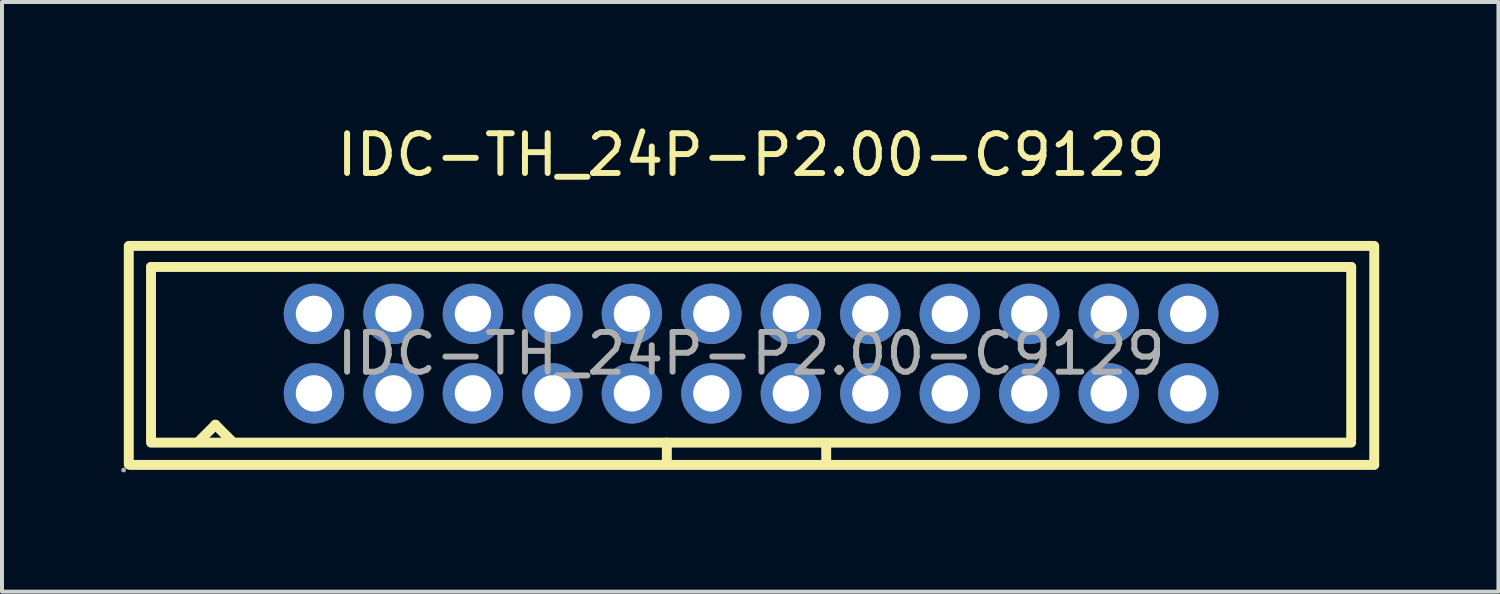
<source format=kicad_pcb>
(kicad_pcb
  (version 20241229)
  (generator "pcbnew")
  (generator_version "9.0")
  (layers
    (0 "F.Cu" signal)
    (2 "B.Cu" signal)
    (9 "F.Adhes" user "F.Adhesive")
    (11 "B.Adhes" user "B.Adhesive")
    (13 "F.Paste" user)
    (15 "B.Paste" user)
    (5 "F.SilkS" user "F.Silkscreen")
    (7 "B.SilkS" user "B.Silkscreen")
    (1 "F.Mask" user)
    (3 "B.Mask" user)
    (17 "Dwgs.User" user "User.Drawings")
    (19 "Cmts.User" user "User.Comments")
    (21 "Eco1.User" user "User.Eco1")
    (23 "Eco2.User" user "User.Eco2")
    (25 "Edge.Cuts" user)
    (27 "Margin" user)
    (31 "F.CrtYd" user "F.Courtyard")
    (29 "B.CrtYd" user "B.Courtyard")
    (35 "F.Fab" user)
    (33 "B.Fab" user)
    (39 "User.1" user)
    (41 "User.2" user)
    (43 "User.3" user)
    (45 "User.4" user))
  (footprint "IDC-TH_24P-P2.00-C9129"
    (layer "F.Cu")
    (at 15.85 5.848)
    (property "Reference" "IDC-TH_24P-P2.00-C9129" (at 0 -5 0) (layer "F.SilkS") (effects (font (size 1 1) (thickness 0.15))))
    (attr through_hole)
    (fp_line (start -15.66 -2.71) (end -15.66 2.79) (stroke (width 0.25) (type solid)) (layer "F.SilkS"))
    (fp_line (start -15.64 -2.71) (end 15.66 -2.71) (stroke (width 0.25) (type solid)) (layer "F.SilkS"))
    (fp_line (start -15.62 2.8) (end 15.68 2.8) (stroke (width 0.25) (type solid)) (layer "F.SilkS"))
    (fp_line (start -15.1 -2.18) (end -15.1 2.17) (stroke (width 0.25) (type solid)) (layer "F.SilkS"))
    (fp_line (start -15.1 -2.18) (end 15.1 -2.18) (stroke (width 0.25) (type solid)) (layer "F.SilkS"))
    (fp_line (start -15.1 2.24) (end 15.1 2.24) (stroke (width 0.25) (type solid)) (layer "F.SilkS"))
    (fp_line (start -13.88 2.19) (end -13.48 1.79) (stroke (width 0.25) (type solid)) (layer "F.SilkS"))
    (fp_line (start -13.48 1.79) (end -13.05 2.22) (stroke (width 0.25) (type solid)) (layer "F.SilkS"))
    (fp_line (start -2.12 2.24) (end -2.12 2.78) (stroke (width 0.25) (type solid)) (layer "F.SilkS"))
    (fp_line (start 1.89 2.27) (end 1.89 2.78) (stroke (width 0.25) (type solid)) (layer "F.SilkS"))
    (fp_line (start 15.1 -2.18) (end 15.1 2.14) (stroke (width 0.25) (type solid)) (layer "F.SilkS"))
    (fp_line (start 15.68 -2.71) (end 15.68 2.79) (stroke (width 0.25) (type solid)) (layer "F.SilkS"))
    (fp_circle (center -15.79 2.93) (end -15.76 2.93) (stroke (width 0.06) (type solid)) (fill no) (layer "F.Fab"))
    (fp_circle (center -11 -1) (end -10.82 -1) (stroke (width 0.36) (type solid)) (fill no) (layer "F.Fab"))
    (fp_circle (center -11 1) (end -10.82 1) (stroke (width 0.36) (type solid)) (fill no) (layer "F.Fab"))
    (fp_circle (center -9 -1) (end -8.82 -1) (stroke (width 0.36) (type solid)) (fill no) (layer "F.Fab"))
    (fp_circle (center -9 1) (end -8.82 1) (stroke (width 0.36) (type solid)) (fill no) (layer "F.Fab"))
    (fp_circle (center -7 -1) (end -6.82 -1) (stroke (width 0.36) (type solid)) (fill no) (layer "F.Fab"))
    (fp_circle (center -7 1) (end -6.82 1) (stroke (width 0.36) (type solid)) (fill no) (layer "F.Fab"))
    (fp_circle (center -5 -1) (end -4.82 -1) (stroke (width 0.36) (type solid)) (fill no) (layer "F.Fab"))
    (fp_circle (center -5 1) (end -4.82 1) (stroke (width 0.36) (type solid)) (fill no) (layer "F.Fab"))
    (fp_circle (center -3 -1) (end -2.82 -1) (stroke (width 0.36) (type solid)) (fill no) (layer "F.Fab"))
    (fp_circle (center -3 1) (end -2.82 1) (stroke (width 0.36) (type solid)) (fill no) (layer "F.Fab"))
    (fp_circle (center -1 -1) (end -0.82 -1) (stroke (width 0.36) (type solid)) (fill no) (layer "F.Fab"))
    (fp_circle (center -1 1) (end -0.82 1) (stroke (width 0.36) (type solid)) (fill no) (layer "F.Fab"))
    (fp_circle (center 1 -1) (end 1.18 -1) (stroke (width 0.36) (type solid)) (fill no) (layer "F.Fab"))
    (fp_circle (center 1 1) (end 1.18 1) (stroke (width 0.36) (type solid)) (fill no) (layer "F.Fab"))
    (fp_circle (center 3 -1) (end 3.18 -1) (stroke (width 0.36) (type solid)) (fill no) (layer "F.Fab"))
    (fp_circle (center 3 1) (end 3.18 1) (stroke (width 0.36) (type solid)) (fill no) (layer "F.Fab"))
    (fp_circle (center 5 -1) (end 5.18 -1) (stroke (width 0.36) (type solid)) (fill no) (layer "F.Fab"))
    (fp_circle (center 5 1) (end 5.18 1) (stroke (width 0.36) (type solid)) (fill no) (layer "F.Fab"))
    (fp_circle (center 7 -1) (end 7.18 -1) (stroke (width 0.36) (type solid)) (fill no) (layer "F.Fab"))
    (fp_circle (center 7 1) (end 7.18 1) (stroke (width 0.36) (type solid)) (fill no) (layer "F.Fab"))
    (fp_circle (center 9 -1) (end 9.18 -1) (stroke (width 0.36) (type solid)) (fill no) (layer "F.Fab"))
    (fp_circle (center 9 1) (end 9.18 1) (stroke (width 0.36) (type solid)) (fill no) (layer "F.Fab"))
    (fp_circle (center 11 -1) (end 11.18 -1) (stroke (width 0.36) (type solid)) (fill no) (layer "F.Fab"))
    (fp_circle (center 11 1) (end 11.18 1) (stroke (width 0.36) (type solid)) (fill no) (layer "F.Fab"))
    (fp_text user "${REFERENCE}" (at 0 0 0) (layer "F.Fab") (effects (font (size 1 1) (thickness 0.15))))
    (pad "1" thru_hole circle (at -11 1) (size 1.52 1.52) (drill 0.914) (layers "*.Cu" "*.Paste" "*.Mask"))
    (pad "2" thru_hole circle (at -11 -1) (size 1.52 1.52) (drill 0.914) (layers "*.Cu" "*.Paste" "*.Mask"))
    (pad "3" thru_hole circle (at -9 1) (size 1.52 1.52) (drill 0.914) (layers "*.Cu" "*.Paste" "*.Mask"))
    (pad "4" thru_hole circle (at -9 -1) (size 1.52 1.52) (drill 0.914) (layers "*.Cu" "*.Paste" "*.Mask"))
    (pad "5" thru_hole circle (at -7 1) (size 1.52 1.52) (drill 0.914) (layers "*.Cu" "*.Paste" "*.Mask"))
    (pad "6" thru_hole circle (at -7 -1) (size 1.52 1.52) (drill 0.914) (layers "*.Cu" "*.Paste" "*.Mask"))
    (pad "7" thru_hole circle (at -5 1) (size 1.52 1.52) (drill 0.914) (layers "*.Cu" "*.Paste" "*.Mask"))
    (pad "8" thru_hole circle (at -5 -1) (size 1.52 1.52) (drill 0.914) (layers "*.Cu" "*.Paste" "*.Mask"))
    (pad "9" thru_hole circle (at -3 1) (size 1.52 1.52) (drill 0.914) (layers "*.Cu" "*.Paste" "*.Mask"))
    (pad "10" thru_hole circle (at -3 -1) (size 1.52 1.52) (drill 0.914) (layers "*.Cu" "*.Paste" "*.Mask"))
    (pad "11" thru_hole circle (at -1 1) (size 1.52 1.52) (drill 0.914) (layers "*.Cu" "*.Paste" "*.Mask"))
    (pad "12" thru_hole circle (at -1 -1) (size 1.52 1.52) (drill 0.914) (layers "*.Cu" "*.Paste" "*.Mask"))
    (pad "13" thru_hole circle (at 1 1) (size 1.52 1.52) (drill 0.914) (layers "*.Cu" "*.Paste" "*.Mask"))
    (pad "14" thru_hole circle (at 1 -1) (size 1.52 1.52) (drill 0.914) (layers "*.Cu" "*.Paste" "*.Mask"))
    (pad "15" thru_hole circle (at 3 1) (size 1.52 1.52) (drill 0.914) (layers "*.Cu" "*.Paste" "*.Mask"))
    (pad "16" thru_hole circle (at 3 -1) (size 1.52 1.52) (drill 0.914) (layers "*.Cu" "*.Paste" "*.Mask"))
    (pad "17" thru_hole circle (at 5 1) (size 1.52 1.52) (drill 0.914) (layers "*.Cu" "*.Paste" "*.Mask"))
    (pad "18" thru_hole circle (at 5 -1) (size 1.52 1.52) (drill 0.914) (layers "*.Cu" "*.Paste" "*.Mask"))
    (pad "19" thru_hole circle (at 7 1) (size 1.52 1.52) (drill 0.914) (layers "*.Cu" "*.Paste" "*.Mask"))
    (pad "20" thru_hole circle (at 7 -1) (size 1.52 1.52) (drill 0.914) (layers "*.Cu" "*.Paste" "*.Mask"))
    (pad "21" thru_hole circle (at 9 1) (size 1.52 1.52) (drill 0.914) (layers "*.Cu" "*.Paste" "*.Mask"))
    (pad "22" thru_hole circle (at 9 -1) (size 1.52 1.52) (drill 0.914) (layers "*.Cu" "*.Paste" "*.Mask"))
    (pad "23" thru_hole circle (at 11 1) (size 1.52 1.52) (drill 0.914) (layers "*.Cu" "*.Paste" "*.Mask"))
    (pad "24" thru_hole circle (at 11 -1) (size 1.52 1.52) (drill 0.914) (layers "*.Cu" "*.Paste" "*.Mask")))
  (gr_rect
    (start -3 -3)
    (end 34.655 11.838)
    (stroke (width 0.1) (type default))
    (fill no)
    (layer "Edge.Cuts")))
</source>
